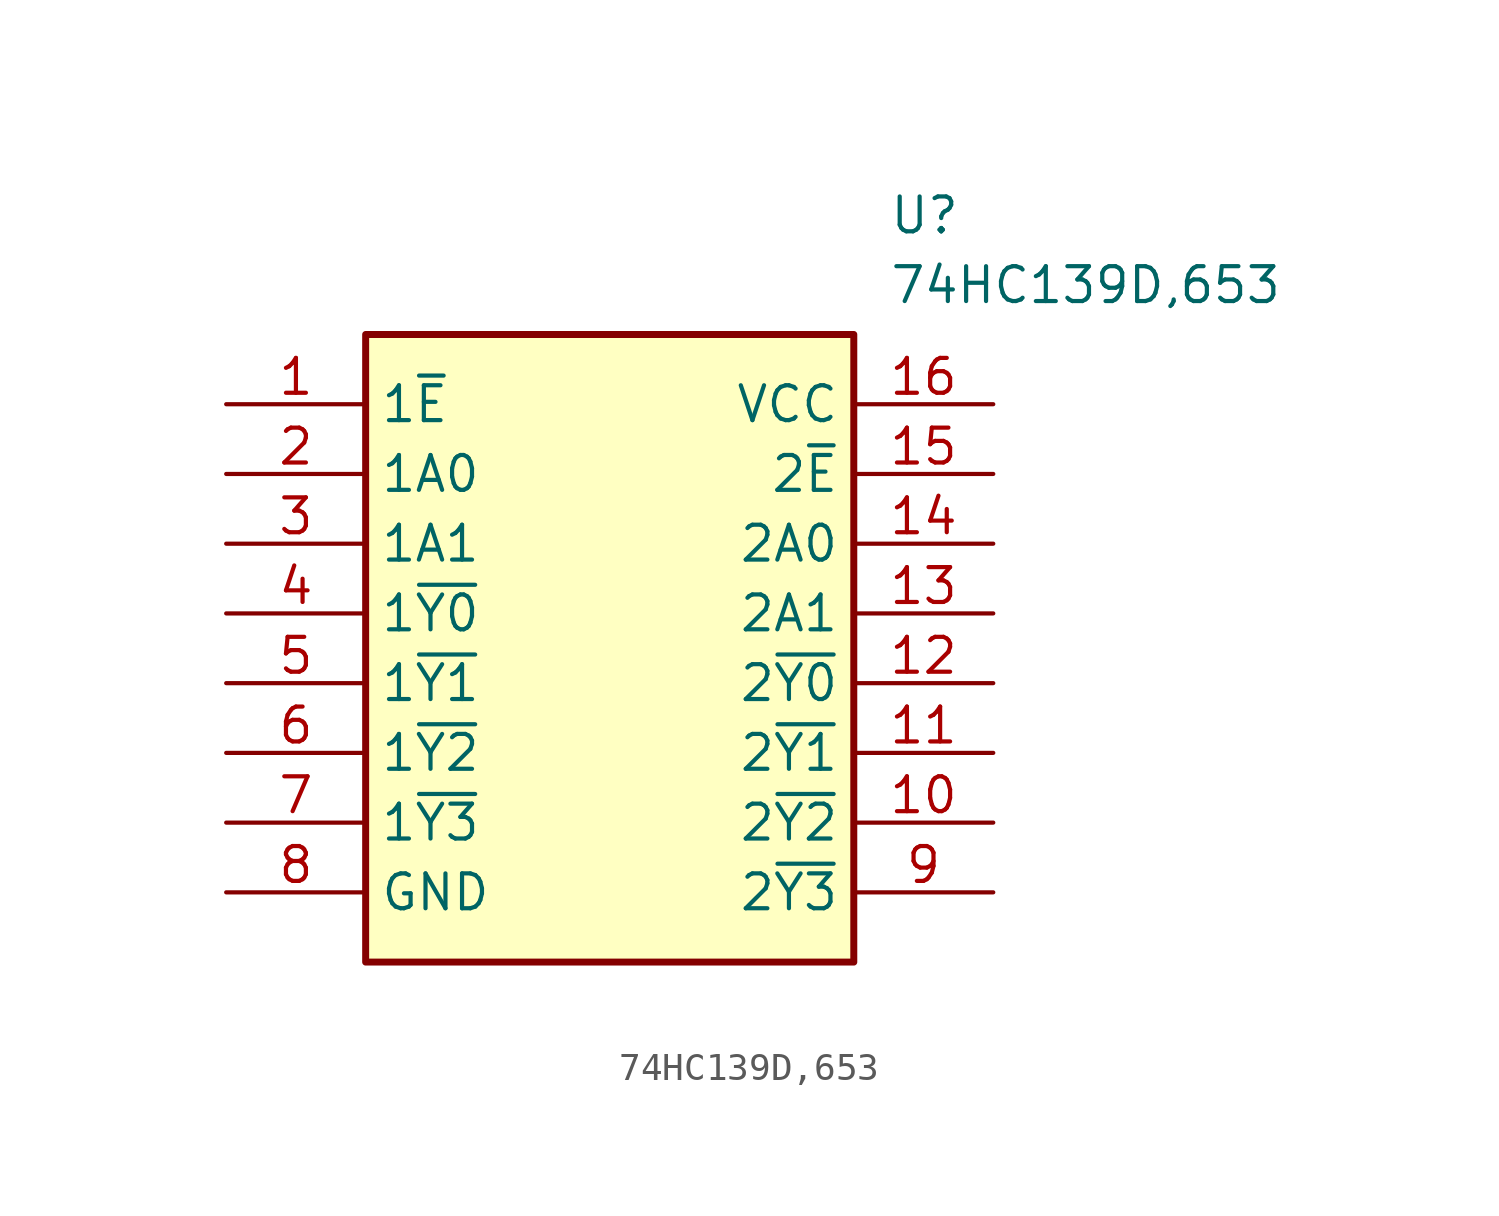
<source format=kicad_sym>
(kicad_symbol_lib
  (version 20241209)
  (generator "kicad_symbol_editor")
  (generator_version "9.0")
  (symbol "74HC139D,653"
    (property "Reference" "U"
      (at 24.13 7.62 0)
      (effects (font (size 1.27 1.27)) (justify left top)))
    (property "Value" "74HC139D,653"
      (at 24.13 5.08 0)
      (effects (font (size 1.27 1.27)) (justify left top)))
    (symbol "74HC139D,653_1_1"
      (rectangle (start 5.08 2.54) (end 22.86 -20.32) (stroke (width 0.254) (type default)) (fill (type background)))
      (pin passive line (at 0 0 0) (length 5.08) (name "1~{E}" (effects (font (size 1.27 1.27)))) (number "1" (effects (font (size 1.27 1.27)))))
      (pin passive line (at 0 -2.54 0) (length 5.08) (name "1A0" (effects (font (size 1.27 1.27)))) (number "2" (effects (font (size 1.27 1.27)))))
      (pin passive line (at 0 -5.08 0) (length 5.08) (name "1A1" (effects (font (size 1.27 1.27)))) (number "3" (effects (font (size 1.27 1.27)))))
      (pin passive line (at 0 -7.62 0) (length 5.08) (name "1~{Y0}" (effects (font (size 1.27 1.27)))) (number "4" (effects (font (size 1.27 1.27)))))
      (pin passive line (at 0 -10.16 0) (length 5.08) (name "1~{Y1}" (effects (font (size 1.27 1.27)))) (number "5" (effects (font (size 1.27 1.27)))))
      (pin passive line (at 0 -12.7 0) (length 5.08) (name "1~{Y2}" (effects (font (size 1.27 1.27)))) (number "6" (effects (font (size 1.27 1.27)))))
      (pin passive line (at 0 -15.24 0) (length 5.08) (name "1~{Y3}" (effects (font (size 1.27 1.27)))) (number "7" (effects (font (size 1.27 1.27)))))
      (pin passive line (at 0 -17.78 0) (length 5.08) (name "GND" (effects (font (size 1.27 1.27)))) (number "8" (effects (font (size 1.27 1.27)))))
      (pin passive line (at 27.94 0 180) (length 5.08) (name "VCC" (effects (font (size 1.27 1.27)))) (number "16" (effects (font (size 1.27 1.27)))))
      (pin passive line (at 27.94 -2.54 180) (length 5.08) (name "2~{E}" (effects (font (size 1.27 1.27)))) (number "15" (effects (font (size 1.27 1.27)))))
      (pin passive line (at 27.94 -5.08 180) (length 5.08) (name "2A0" (effects (font (size 1.27 1.27)))) (number "14" (effects (font (size 1.27 1.27)))))
      (pin passive line (at 27.94 -7.62 180) (length 5.08) (name "2A1" (effects (font (size 1.27 1.27)))) (number "13" (effects (font (size 1.27 1.27)))))
      (pin passive line (at 27.94 -10.16 180) (length 5.08) (name "2~{Y0}" (effects (font (size 1.27 1.27)))) (number "12" (effects (font (size 1.27 1.27)))))
      (pin passive line (at 27.94 -12.7 180) (length 5.08) (name "2~{Y1}" (effects (font (size 1.27 1.27)))) (number "11" (effects (font (size 1.27 1.27)))))
      (pin passive line (at 27.94 -15.24 180) (length 5.08) (name "2~{Y2}" (effects (font (size 1.27 1.27)))) (number "10" (effects (font (size 1.27 1.27)))))
      (pin passive line (at 27.94 -17.78 180) (length 5.08) (name "2~{Y3}" (effects (font (size 1.27 1.27)))) (number "9" (effects (font (size 1.27 1.27))))))))
</source>
